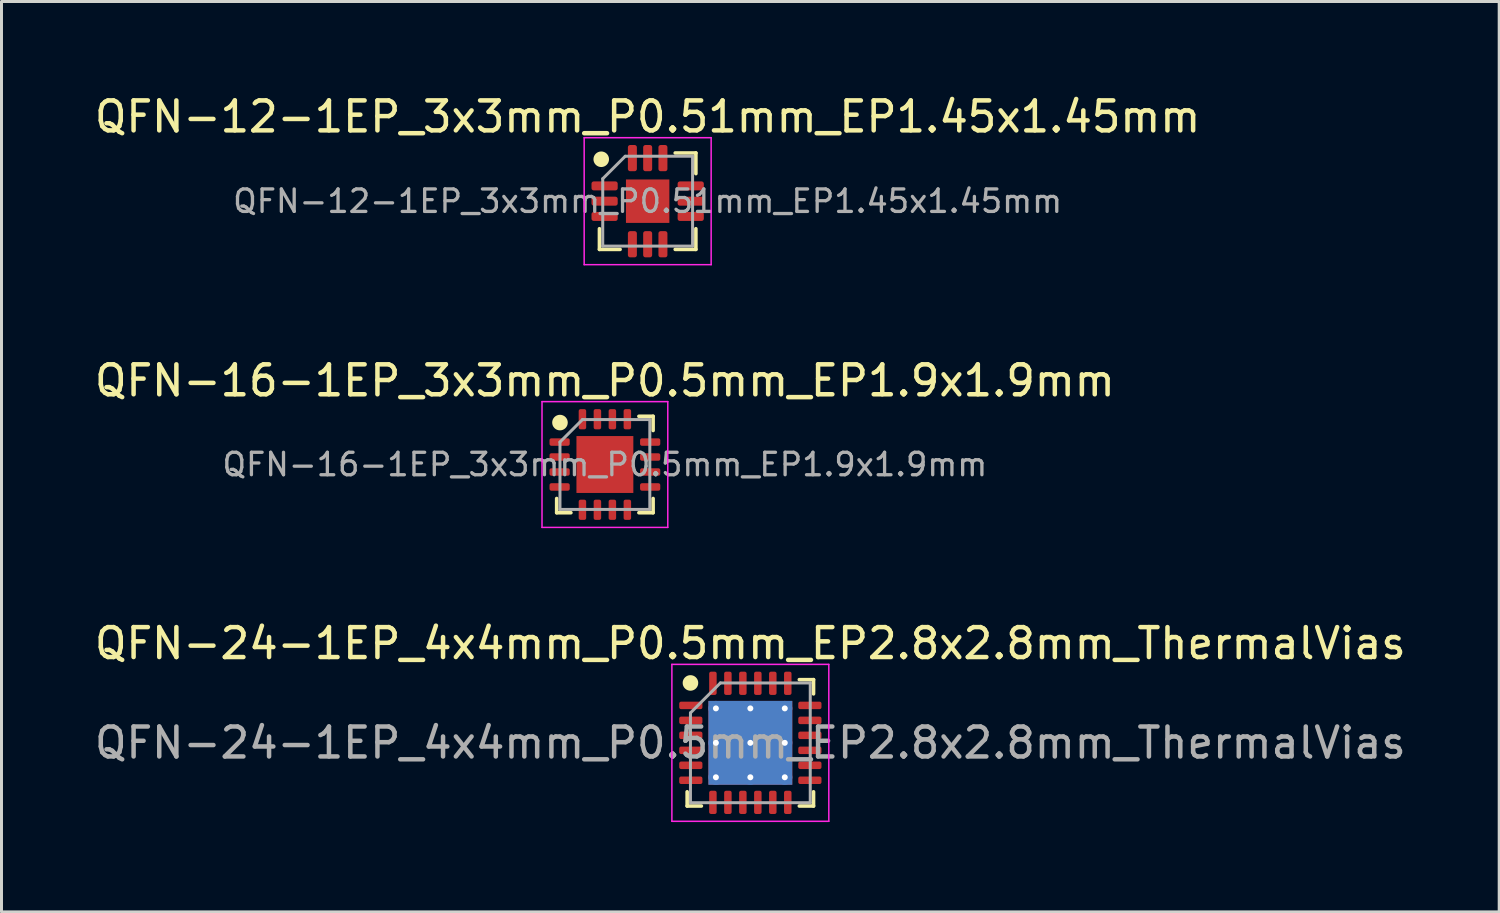
<source format=kicad_pcb>
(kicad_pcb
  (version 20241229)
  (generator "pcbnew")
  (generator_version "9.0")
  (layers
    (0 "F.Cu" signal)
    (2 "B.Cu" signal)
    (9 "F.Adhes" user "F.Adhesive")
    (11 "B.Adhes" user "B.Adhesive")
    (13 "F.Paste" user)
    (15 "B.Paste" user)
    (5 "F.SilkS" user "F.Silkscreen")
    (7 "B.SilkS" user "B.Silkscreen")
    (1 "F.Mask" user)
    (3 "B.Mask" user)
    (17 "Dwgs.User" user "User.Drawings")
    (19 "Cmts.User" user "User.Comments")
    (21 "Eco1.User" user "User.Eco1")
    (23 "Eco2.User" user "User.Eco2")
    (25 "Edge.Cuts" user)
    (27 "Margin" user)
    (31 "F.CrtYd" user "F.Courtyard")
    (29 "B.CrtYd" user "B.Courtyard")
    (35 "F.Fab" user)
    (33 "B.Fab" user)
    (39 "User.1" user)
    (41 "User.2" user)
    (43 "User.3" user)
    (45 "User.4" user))
  (footprint "QFN-16-1EP_3x3mm_P0.5mm_EP1.9x1.9mm"
    (layer "F.Cu")
    (at 17.149 12.461)
    (property "Reference" "QFN-16-1EP_3x3mm_P0.5mm_EP1.9x1.9mm" (at 0 -2.8 0) (layer "F.SilkS") (effects (font (size 1 1) (thickness 0.15))))
    (attr smd)
    (fp_line (start -1.61 1.61) (end -1.61 1.135) (stroke (width 0.12) (type solid)) (layer "F.SilkS"))
    (fp_line (start -1.135 1.61) (end -1.61 1.61) (stroke (width 0.12) (type solid)) (layer "F.SilkS"))
    (fp_line (start 1.135 -1.61) (end 1.61 -1.61) (stroke (width 0.12) (type solid)) (layer "F.SilkS"))
    (fp_line (start 1.135 1.61) (end 1.61 1.61) (stroke (width 0.12) (type solid)) (layer "F.SilkS"))
    (fp_line (start 1.61 -1.61) (end 1.61 -1.135) (stroke (width 0.12) (type solid)) (layer "F.SilkS"))
    (fp_line (start 1.61 1.61) (end 1.61 1.135) (stroke (width 0.12) (type solid)) (layer "F.SilkS"))
    (fp_circle (center -1.5 -1.4) (end -1.3 -1.4) (stroke (width 0.12) (type solid)) (fill yes) (layer "F.SilkS"))
    (fp_line (start -2.1 -2.1) (end -2.1 2.1) (stroke (width 0.05) (type solid)) (layer "F.CrtYd"))
    (fp_line (start -2.1 2.1) (end 2.1 2.1) (stroke (width 0.05) (type solid)) (layer "F.CrtYd"))
    (fp_line (start 2.1 -2.1) (end -2.1 -2.1) (stroke (width 0.05) (type solid)) (layer "F.CrtYd"))
    (fp_line (start 2.1 2.1) (end 2.1 -2.1) (stroke (width 0.05) (type solid)) (layer "F.CrtYd"))
    (fp_line (start -1.5 -0.75) (end -0.75 -1.5) (stroke (width 0.1) (type solid)) (layer "F.Fab"))
    (fp_line (start -1.5 1.5) (end -1.5 -0.75) (stroke (width 0.1) (type solid)) (layer "F.Fab"))
    (fp_line (start -0.75 -1.5) (end 1.5 -1.5) (stroke (width 0.1) (type solid)) (layer "F.Fab"))
    (fp_line (start 1.5 -1.5) (end 1.5 1.5) (stroke (width 0.1) (type solid)) (layer "F.Fab"))
    (fp_line (start 1.5 1.5) (end -1.5 1.5) (stroke (width 0.1) (type solid)) (layer "F.Fab"))
    (fp_text user "${REFERENCE}" (at 0 0 0) (layer "F.Fab") (effects (font (size 0.75 0.75) (thickness 0.11))))
    (pad "" smd roundrect (at -0.475 -0.475) (size 0.77 0.77) (layers "F.Paste") (roundrect_rratio 0.25))
    (pad "" smd roundrect (at -0.475 0.475) (size 0.77 0.77) (layers "F.Paste") (roundrect_rratio 0.25))
    (pad "" smd roundrect (at 0.475 -0.475) (size 0.77 0.77) (layers "F.Paste") (roundrect_rratio 0.25))
    (pad "" smd roundrect (at 0.475 0.475) (size 0.77 0.77) (layers "F.Paste") (roundrect_rratio 0.25))
    (pad "1" smd roundrect (at -1.512 -0.75) (size 0.675 0.25) (layers "F.Cu" "F.Mask" "F.Paste") (roundrect_rratio 0.25))
    (pad "2" smd roundrect (at -1.512 -0.25) (size 0.675 0.25) (layers "F.Cu" "F.Mask" "F.Paste") (roundrect_rratio 0.25))
    (pad "3" smd roundrect (at -1.512 0.25) (size 0.675 0.25) (layers "F.Cu" "F.Mask" "F.Paste") (roundrect_rratio 0.25))
    (pad "4" smd roundrect (at -1.512 0.75) (size 0.675 0.25) (layers "F.Cu" "F.Mask" "F.Paste") (roundrect_rratio 0.25))
    (pad "5" smd roundrect (at -0.75 1.512) (size 0.25 0.675) (layers "F.Cu" "F.Mask" "F.Paste") (roundrect_rratio 0.25))
    (pad "6" smd roundrect (at -0.25 1.512) (size 0.25 0.675) (layers "F.Cu" "F.Mask" "F.Paste") (roundrect_rratio 0.25))
    (pad "7" smd roundrect (at 0.25 1.512) (size 0.25 0.675) (layers "F.Cu" "F.Mask" "F.Paste") (roundrect_rratio 0.25))
    (pad "8" smd roundrect (at 0.75 1.512) (size 0.25 0.675) (layers "F.Cu" "F.Mask" "F.Paste") (roundrect_rratio 0.25))
    (pad "9" smd roundrect (at 1.512 0.75) (size 0.675 0.25) (layers "F.Cu" "F.Mask" "F.Paste") (roundrect_rratio 0.25))
    (pad "10" smd roundrect (at 1.512 0.25) (size 0.675 0.25) (layers "F.Cu" "F.Mask" "F.Paste") (roundrect_rratio 0.25))
    (pad "11" smd roundrect (at 1.512 -0.25) (size 0.675 0.25) (layers "F.Cu" "F.Mask" "F.Paste") (roundrect_rratio 0.25))
    (pad "12" smd roundrect (at 1.512 -0.75) (size 0.675 0.25) (layers "F.Cu" "F.Mask" "F.Paste") (roundrect_rratio 0.25))
    (pad "13" smd roundrect (at 0.75 -1.512) (size 0.25 0.675) (layers "F.Cu" "F.Mask" "F.Paste") (roundrect_rratio 0.25))
    (pad "14" smd roundrect (at 0.25 -1.512) (size 0.25 0.675) (layers "F.Cu" "F.Mask" "F.Paste") (roundrect_rratio 0.25))
    (pad "15" smd roundrect (at -0.25 -1.512) (size 0.25 0.675) (layers "F.Cu" "F.Mask" "F.Paste") (roundrect_rratio 0.25))
    (pad "16" smd roundrect (at -0.75 -1.512) (size 0.25 0.675) (layers "F.Cu" "F.Mask" "F.Paste") (roundrect_rratio 0.25))
    (pad "17" smd rect (at 0 0) (size 1.9 1.9) (layers "F.Cu" "F.Mask")))
  (footprint "QFN-12-1EP_3x3mm_P0.51mm_EP1.45x1.45mm"
    (layer "F.Cu")
    (at 18.577 3.668)
    (property "Reference" "QFN-12-1EP_3x3mm_P0.51mm_EP1.45x1.45mm" (at 0 -2.82 0) (layer "F.SilkS") (effects (font (size 1 1) (thickness 0.15))))
    (attr smd)
    (fp_line (start -1.61 1.61) (end -1.61 0.92) (stroke (width 0.12) (type solid)) (layer "F.SilkS"))
    (fp_line (start -0.92 1.61) (end -1.61 1.61) (stroke (width 0.12) (type solid)) (layer "F.SilkS"))
    (fp_line (start 0.92 -1.61) (end 1.61 -1.61) (stroke (width 0.12) (type solid)) (layer "F.SilkS"))
    (fp_line (start 0.92 1.61) (end 1.61 1.61) (stroke (width 0.12) (type solid)) (layer "F.SilkS"))
    (fp_line (start 1.61 -1.61) (end 1.61 -0.92) (stroke (width 0.12) (type solid)) (layer "F.SilkS"))
    (fp_line (start 1.61 1.61) (end 1.61 0.92) (stroke (width 0.12) (type solid)) (layer "F.SilkS"))
    (fp_circle (center -1.55 -1.4) (end -1.35 -1.4) (stroke (width 0.12) (type solid)) (fill yes) (layer "F.SilkS"))
    (fp_line (start -2.12 -2.12) (end -2.12 2.12) (stroke (width 0.05) (type solid)) (layer "F.CrtYd"))
    (fp_line (start -2.12 2.12) (end 2.12 2.12) (stroke (width 0.05) (type solid)) (layer "F.CrtYd"))
    (fp_line (start 2.12 -2.12) (end -2.12 -2.12) (stroke (width 0.05) (type solid)) (layer "F.CrtYd"))
    (fp_line (start 2.12 2.12) (end 2.12 -2.12) (stroke (width 0.05) (type solid)) (layer "F.CrtYd"))
    (fp_line (start -1.5 -0.75) (end -0.75 -1.5) (stroke (width 0.1) (type solid)) (layer "F.Fab"))
    (fp_line (start -1.5 1.5) (end -1.5 -0.75) (stroke (width 0.1) (type solid)) (layer "F.Fab"))
    (fp_line (start -0.75 -1.5) (end 1.5 -1.5) (stroke (width 0.1) (type solid)) (layer "F.Fab"))
    (fp_line (start 1.5 -1.5) (end 1.5 1.5) (stroke (width 0.1) (type solid)) (layer "F.Fab"))
    (fp_line (start 1.5 1.5) (end -1.5 1.5) (stroke (width 0.1) (type solid)) (layer "F.Fab"))
    (fp_text user "${REFERENCE}" (at 0 0 0) (layer "F.Fab") (effects (font (size 0.75 0.75) (thickness 0.11))))
    (pad "" smd roundrect (at -0.36 -0.36) (size 0.58 0.58) (layers "F.Paste") (roundrect_rratio 0.25))
    (pad "" smd roundrect (at -0.36 0.36) (size 0.58 0.58) (layers "F.Paste") (roundrect_rratio 0.25))
    (pad "" smd roundrect (at 0.36 -0.36) (size 0.58 0.58) (layers "F.Paste") (roundrect_rratio 0.25))
    (pad "" smd roundrect (at 0.36 0.36) (size 0.58 0.58) (layers "F.Paste") (roundrect_rratio 0.25))
    (pad "1" smd roundrect (at -1.438 -0.51) (size 0.875 0.3) (layers "F.Cu" "F.Mask" "F.Paste") (roundrect_rratio 0.25))
    (pad "2" smd roundrect (at -1.438 0) (size 0.875 0.3) (layers "F.Cu" "F.Mask" "F.Paste") (roundrect_rratio 0.25))
    (pad "3" smd roundrect (at -1.438 0.51) (size 0.875 0.3) (layers "F.Cu" "F.Mask" "F.Paste") (roundrect_rratio 0.25))
    (pad "4" smd roundrect (at -0.51 1.438) (size 0.3 0.875) (layers "F.Cu" "F.Mask" "F.Paste") (roundrect_rratio 0.25))
    (pad "5" smd roundrect (at 0 1.438) (size 0.3 0.875) (layers "F.Cu" "F.Mask" "F.Paste") (roundrect_rratio 0.25))
    (pad "6" smd roundrect (at 0.51 1.438) (size 0.3 0.875) (layers "F.Cu" "F.Mask" "F.Paste") (roundrect_rratio 0.25))
    (pad "7" smd roundrect (at 1.438 0.51) (size 0.875 0.3) (layers "F.Cu" "F.Mask" "F.Paste") (roundrect_rratio 0.25))
    (pad "8" smd roundrect (at 1.438 0) (size 0.875 0.3) (layers "F.Cu" "F.Mask" "F.Paste") (roundrect_rratio 0.25))
    (pad "9" smd roundrect (at 1.438 -0.51) (size 0.875 0.3) (layers "F.Cu" "F.Mask" "F.Paste") (roundrect_rratio 0.25))
    (pad "10" smd roundrect (at 0.51 -1.438) (size 0.3 0.875) (layers "F.Cu" "F.Mask" "F.Paste") (roundrect_rratio 0.25))
    (pad "11" smd roundrect (at 0 -1.438) (size 0.3 0.875) (layers "F.Cu" "F.Mask" "F.Paste") (roundrect_rratio 0.25))
    (pad "12" smd roundrect (at -0.51 -1.438) (size 0.3 0.875) (layers "F.Cu" "F.Mask" "F.Paste") (roundrect_rratio 0.25))
    (pad "13" smd rect (at 0 0) (size 1.45 1.45) (layers "F.Cu" "F.Mask")))
  (footprint "QFN-24-1EP_4x4mm_P0.5mm_EP2.8x2.8mm_ThermalVias"
    (layer "F.Cu")
    (at 22.006 21.755)
    (property "Reference" "QFN-24-1EP_4x4mm_P0.5mm_EP2.8x2.8mm_ThermalVias" (at 0 -3.32 0) (layer "F.SilkS") (effects (font (size 1 1) (thickness 0.15))))
    (attr smd)
    (fp_line (start -2.11 2.11) (end -2.11 1.635) (stroke (width 0.12) (type solid)) (layer "F.SilkS"))
    (fp_line (start -1.635 2.11) (end -2.11 2.11) (stroke (width 0.12) (type solid)) (layer "F.SilkS"))
    (fp_line (start 1.635 -2.11) (end 2.11 -2.11) (stroke (width 0.12) (type solid)) (layer "F.SilkS"))
    (fp_line (start 1.635 2.11) (end 2.11 2.11) (stroke (width 0.12) (type solid)) (layer "F.SilkS"))
    (fp_line (start 2.11 -2.11) (end 2.11 -1.635) (stroke (width 0.12) (type solid)) (layer "F.SilkS"))
    (fp_line (start 2.11 2.11) (end 2.11 1.635) (stroke (width 0.12) (type solid)) (layer "F.SilkS"))
    (fp_circle (center -2 -2) (end -1.8 -2) (stroke (width 0.12) (type solid)) (fill yes) (layer "F.SilkS"))
    (fp_line (start -2.62 -2.62) (end -2.62 2.62) (stroke (width 0.05) (type solid)) (layer "F.CrtYd"))
    (fp_line (start -2.62 2.62) (end 2.62 2.62) (stroke (width 0.05) (type solid)) (layer "F.CrtYd"))
    (fp_line (start 2.62 -2.62) (end -2.62 -2.62) (stroke (width 0.05) (type solid)) (layer "F.CrtYd"))
    (fp_line (start 2.62 2.62) (end 2.62 -2.62) (stroke (width 0.05) (type solid)) (layer "F.CrtYd"))
    (fp_line (start -2 -1) (end -1 -2) (stroke (width 0.1) (type solid)) (layer "F.Fab"))
    (fp_line (start -2 2) (end -2 -1) (stroke (width 0.1) (type solid)) (layer "F.Fab"))
    (fp_line (start -1 -2) (end 2 -2) (stroke (width 0.1) (type solid)) (layer "F.Fab"))
    (fp_line (start 2 -2) (end 2 2) (stroke (width 0.1) (type solid)) (layer "F.Fab"))
    (fp_line (start 2 2) (end -2 2) (stroke (width 0.1) (type solid)) (layer "F.Fab"))
    (fp_text user "${REFERENCE}" (at 0 0 0) (layer "F.Fab") (effects (font (size 1 1) (thickness 0.15))))
    (pad "" smd roundrect (at -0.7 -0.7) (size 1.21 1.21) (layers "F.Paste") (roundrect_rratio 0.207))
    (pad "" smd roundrect (at -0.7 0.7) (size 1.21 1.21) (layers "F.Paste") (roundrect_rratio 0.207))
    (pad "" smd roundrect (at 0.7 -0.7) (size 1.21 1.21) (layers "F.Paste") (roundrect_rratio 0.207))
    (pad "" smd roundrect (at 0.7 0.7) (size 1.21 1.21) (layers "F.Paste") (roundrect_rratio 0.207))
    (pad "1" smd roundrect (at -1.988 -1.25) (size 0.775 0.25) (layers "F.Cu" "F.Mask" "F.Paste") (roundrect_rratio 0.25))
    (pad "2" smd roundrect (at -1.988 -0.75) (size 0.775 0.25) (layers "F.Cu" "F.Mask" "F.Paste") (roundrect_rratio 0.25))
    (pad "3" smd roundrect (at -1.988 -0.25) (size 0.775 0.25) (layers "F.Cu" "F.Mask" "F.Paste") (roundrect_rratio 0.25))
    (pad "4" smd roundrect (at -1.988 0.25) (size 0.775 0.25) (layers "F.Cu" "F.Mask" "F.Paste") (roundrect_rratio 0.25))
    (pad "5" smd roundrect (at -1.988 0.75) (size 0.775 0.25) (layers "F.Cu" "F.Mask" "F.Paste") (roundrect_rratio 0.25))
    (pad "6" smd roundrect (at -1.988 1.25) (size 0.775 0.25) (layers "F.Cu" "F.Mask" "F.Paste") (roundrect_rratio 0.25))
    (pad "7" smd roundrect (at -1.25 1.988) (size 0.25 0.775) (layers "F.Cu" "F.Mask" "F.Paste") (roundrect_rratio 0.25))
    (pad "8" smd roundrect (at -0.75 1.988) (size 0.25 0.775) (layers "F.Cu" "F.Mask" "F.Paste") (roundrect_rratio 0.25))
    (pad "9" smd roundrect (at -0.25 1.988) (size 0.25 0.775) (layers "F.Cu" "F.Mask" "F.Paste") (roundrect_rratio 0.25))
    (pad "10" smd roundrect (at 0.25 1.988) (size 0.25 0.775) (layers "F.Cu" "F.Mask" "F.Paste") (roundrect_rratio 0.25))
    (pad "11" smd roundrect (at 0.75 1.988) (size 0.25 0.775) (layers "F.Cu" "F.Mask" "F.Paste") (roundrect_rratio 0.25))
    (pad "12" smd roundrect (at 1.25 1.988) (size 0.25 0.775) (layers "F.Cu" "F.Mask" "F.Paste") (roundrect_rratio 0.25))
    (pad "13" smd roundrect (at 1.988 1.25) (size 0.775 0.25) (layers "F.Cu" "F.Mask" "F.Paste") (roundrect_rratio 0.25))
    (pad "14" smd roundrect (at 1.988 0.75) (size 0.775 0.25) (layers "F.Cu" "F.Mask" "F.Paste") (roundrect_rratio 0.25))
    (pad "15" smd roundrect (at 1.988 0.25) (size 0.775 0.25) (layers "F.Cu" "F.Mask" "F.Paste") (roundrect_rratio 0.25))
    (pad "16" smd roundrect (at 1.988 -0.25) (size 0.775 0.25) (layers "F.Cu" "F.Mask" "F.Paste") (roundrect_rratio 0.25))
    (pad "17" smd roundrect (at 1.988 -0.75) (size 0.775 0.25) (layers "F.Cu" "F.Mask" "F.Paste") (roundrect_rratio 0.25))
    (pad "18" smd roundrect (at 1.988 -1.25) (size 0.775 0.25) (layers "F.Cu" "F.Mask" "F.Paste") (roundrect_rratio 0.25))
    (pad "19" smd roundrect (at 1.25 -1.988) (size 0.25 0.775) (layers "F.Cu" "F.Mask" "F.Paste") (roundrect_rratio 0.25))
    (pad "20" smd roundrect (at 0.75 -1.988) (size 0.25 0.775) (layers "F.Cu" "F.Mask" "F.Paste") (roundrect_rratio 0.25))
    (pad "21" smd roundrect (at 0.25 -1.988) (size 0.25 0.775) (layers "F.Cu" "F.Mask" "F.Paste") (roundrect_rratio 0.25))
    (pad "22" smd roundrect (at -0.25 -1.988) (size 0.25 0.775) (layers "F.Cu" "F.Mask" "F.Paste") (roundrect_rratio 0.25))
    (pad "23" smd roundrect (at -0.75 -1.988) (size 0.25 0.775) (layers "F.Cu" "F.Mask" "F.Paste") (roundrect_rratio 0.25))
    (pad "24" smd roundrect (at -1.25 -1.988) (size 0.25 0.775) (layers "F.Cu" "F.Mask" "F.Paste") (roundrect_rratio 0.25))
    (pad "25" thru_hole circle (at -1.15 -1.15) (size 0.5 0.5) (drill 0.2) (layers "*.Cu"))
    (pad "25" thru_hole circle (at -1.15 0) (size 0.5 0.5) (drill 0.2) (layers "*.Cu"))
    (pad "25" thru_hole circle (at -1.15 1.15) (size 0.5 0.5) (drill 0.2) (layers "*.Cu"))
    (pad "25" thru_hole circle (at 0 -1.15) (size 0.5 0.5) (drill 0.2) (layers "*.Cu"))
    (pad "25" thru_hole circle (at 0 0) (size 0.5 0.5) (drill 0.2) (layers "*.Cu"))
    (pad "25" smd rect (at 0 0) (size 2.8 2.8) (layers "F.Cu" "F.Mask"))
    (pad "25" smd rect (at 0 0) (size 2.8 2.8) (layers "B.Cu"))
    (pad "25" thru_hole circle (at 0 1.15) (size 0.5 0.5) (drill 0.2) (layers "*.Cu"))
    (pad "25" thru_hole circle (at 1.15 -1.15) (size 0.5 0.5) (drill 0.2) (layers "*.Cu"))
    (pad "25" thru_hole circle (at 1.15 0) (size 0.5 0.5) (drill 0.2) (layers "*.Cu"))
    (pad "25" thru_hole circle (at 1.15 1.15) (size 0.5 0.5) (drill 0.2) (layers "*.Cu")))
  (gr_rect
    (start -3 -3)
    (end 47.012 27.4)
    (stroke (width 0.1) (type default))
    (fill no)
    (layer "Edge.Cuts")))
</source>
